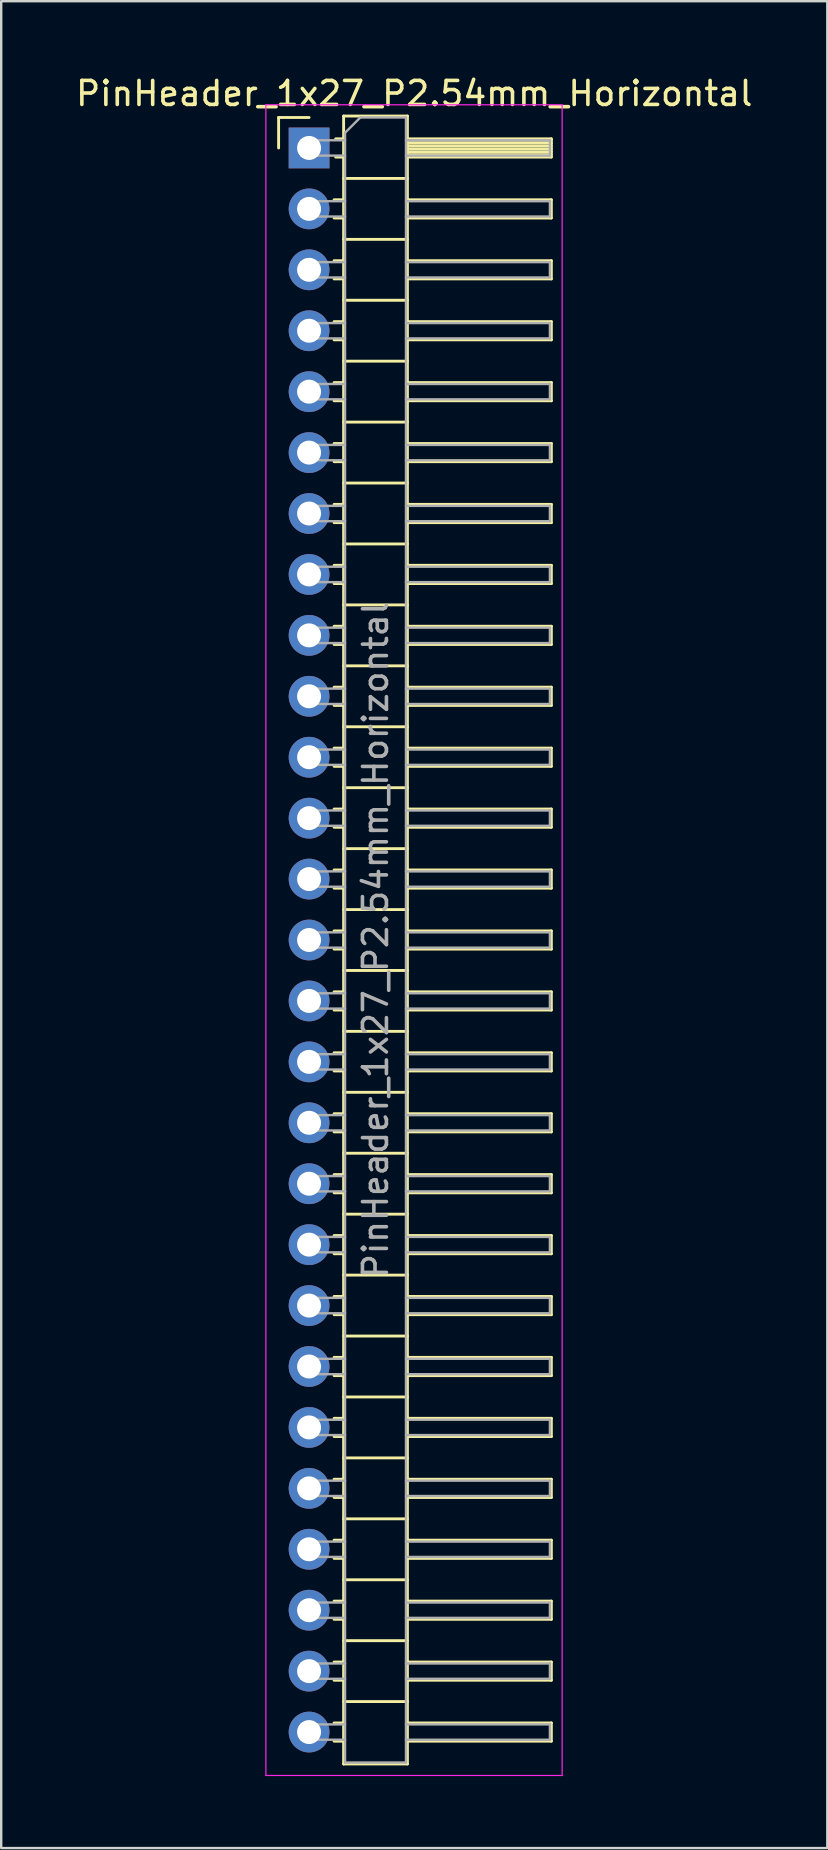
<source format=kicad_pcb>
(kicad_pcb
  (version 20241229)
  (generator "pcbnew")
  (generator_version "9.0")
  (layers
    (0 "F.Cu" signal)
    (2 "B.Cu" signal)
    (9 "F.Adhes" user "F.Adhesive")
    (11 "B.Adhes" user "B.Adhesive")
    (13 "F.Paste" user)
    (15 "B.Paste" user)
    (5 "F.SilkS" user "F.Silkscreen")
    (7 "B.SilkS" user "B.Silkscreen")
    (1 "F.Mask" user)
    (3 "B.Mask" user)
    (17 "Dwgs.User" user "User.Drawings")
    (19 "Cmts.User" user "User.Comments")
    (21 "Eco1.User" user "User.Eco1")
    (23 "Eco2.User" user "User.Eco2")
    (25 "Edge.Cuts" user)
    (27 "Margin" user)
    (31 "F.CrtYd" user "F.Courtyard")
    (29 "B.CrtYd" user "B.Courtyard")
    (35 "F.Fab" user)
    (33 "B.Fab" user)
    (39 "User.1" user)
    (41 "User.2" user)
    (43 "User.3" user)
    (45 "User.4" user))
  (footprint "PinHeader_1x27_P2.54mm_Horizontal"
    (layer "F.Cu")
    (at 9.835 3.118)
    (property "Reference" "PinHeader_1x27_P2.54mm_Horizontal" (at 4.385 -2.27 0) (layer "F.SilkS") (effects (font (size 1 1) (thickness 0.15))))
    (attr through_hole)
    (fp_line (start -1.27 -1.27) (end 0 -1.27) (stroke (width 0.12) (type solid)) (layer "F.SilkS"))
    (fp_line (start -1.27 0) (end -1.27 -1.27) (stroke (width 0.12) (type solid)) (layer "F.SilkS"))
    (fp_line (start 1.043 2.16) (end 1.44 2.16) (stroke (width 0.12) (type solid)) (layer "F.SilkS"))
    (fp_line (start 1.043 2.92) (end 1.44 2.92) (stroke (width 0.12) (type solid)) (layer "F.SilkS"))
    (fp_line (start 1.043 4.7) (end 1.44 4.7) (stroke (width 0.12) (type solid)) (layer "F.SilkS"))
    (fp_line (start 1.043 5.46) (end 1.44 5.46) (stroke (width 0.12) (type solid)) (layer "F.SilkS"))
    (fp_line (start 1.043 7.24) (end 1.44 7.24) (stroke (width 0.12) (type solid)) (layer "F.SilkS"))
    (fp_line (start 1.043 8) (end 1.44 8) (stroke (width 0.12) (type solid)) (layer "F.SilkS"))
    (fp_line (start 1.043 9.78) (end 1.44 9.78) (stroke (width 0.12) (type solid)) (layer "F.SilkS"))
    (fp_line (start 1.043 10.54) (end 1.44 10.54) (stroke (width 0.12) (type solid)) (layer "F.SilkS"))
    (fp_line (start 1.043 12.32) (end 1.44 12.32) (stroke (width 0.12) (type solid)) (layer "F.SilkS"))
    (fp_line (start 1.043 13.08) (end 1.44 13.08) (stroke (width 0.12) (type solid)) (layer "F.SilkS"))
    (fp_line (start 1.043 14.86) (end 1.44 14.86) (stroke (width 0.12) (type solid)) (layer "F.SilkS"))
    (fp_line (start 1.043 15.62) (end 1.44 15.62) (stroke (width 0.12) (type solid)) (layer "F.SilkS"))
    (fp_line (start 1.043 17.4) (end 1.44 17.4) (stroke (width 0.12) (type solid)) (layer "F.SilkS"))
    (fp_line (start 1.043 18.16) (end 1.44 18.16) (stroke (width 0.12) (type solid)) (layer "F.SilkS"))
    (fp_line (start 1.043 19.94) (end 1.44 19.94) (stroke (width 0.12) (type solid)) (layer "F.SilkS"))
    (fp_line (start 1.043 20.7) (end 1.44 20.7) (stroke (width 0.12) (type solid)) (layer "F.SilkS"))
    (fp_line (start 1.043 22.48) (end 1.44 22.48) (stroke (width 0.12) (type solid)) (layer "F.SilkS"))
    (fp_line (start 1.043 23.24) (end 1.44 23.24) (stroke (width 0.12) (type solid)) (layer "F.SilkS"))
    (fp_line (start 1.043 25.02) (end 1.44 25.02) (stroke (width 0.12) (type solid)) (layer "F.SilkS"))
    (fp_line (start 1.043 25.78) (end 1.44 25.78) (stroke (width 0.12) (type solid)) (layer "F.SilkS"))
    (fp_line (start 1.043 27.56) (end 1.44 27.56) (stroke (width 0.12) (type solid)) (layer "F.SilkS"))
    (fp_line (start 1.043 28.32) (end 1.44 28.32) (stroke (width 0.12) (type solid)) (layer "F.SilkS"))
    (fp_line (start 1.043 30.1) (end 1.44 30.1) (stroke (width 0.12) (type solid)) (layer "F.SilkS"))
    (fp_line (start 1.043 30.86) (end 1.44 30.86) (stroke (width 0.12) (type solid)) (layer "F.SilkS"))
    (fp_line (start 1.043 32.64) (end 1.44 32.64) (stroke (width 0.12) (type solid)) (layer "F.SilkS"))
    (fp_line (start 1.043 33.4) (end 1.44 33.4) (stroke (width 0.12) (type solid)) (layer "F.SilkS"))
    (fp_line (start 1.043 35.18) (end 1.44 35.18) (stroke (width 0.12) (type solid)) (layer "F.SilkS"))
    (fp_line (start 1.043 35.94) (end 1.44 35.94) (stroke (width 0.12) (type solid)) (layer "F.SilkS"))
    (fp_line (start 1.043 37.72) (end 1.44 37.72) (stroke (width 0.12) (type solid)) (layer "F.SilkS"))
    (fp_line (start 1.043 38.48) (end 1.44 38.48) (stroke (width 0.12) (type solid)) (layer "F.SilkS"))
    (fp_line (start 1.043 40.26) (end 1.44 40.26) (stroke (width 0.12) (type solid)) (layer "F.SilkS"))
    (fp_line (start 1.043 41.02) (end 1.44 41.02) (stroke (width 0.12) (type solid)) (layer "F.SilkS"))
    (fp_line (start 1.043 42.8) (end 1.44 42.8) (stroke (width 0.12) (type solid)) (layer "F.SilkS"))
    (fp_line (start 1.043 43.56) (end 1.44 43.56) (stroke (width 0.12) (type solid)) (layer "F.SilkS"))
    (fp_line (start 1.043 45.34) (end 1.44 45.34) (stroke (width 0.12) (type solid)) (layer "F.SilkS"))
    (fp_line (start 1.043 46.1) (end 1.44 46.1) (stroke (width 0.12) (type solid)) (layer "F.SilkS"))
    (fp_line (start 1.043 47.88) (end 1.44 47.88) (stroke (width 0.12) (type solid)) (layer "F.SilkS"))
    (fp_line (start 1.043 48.64) (end 1.44 48.64) (stroke (width 0.12) (type solid)) (layer "F.SilkS"))
    (fp_line (start 1.043 50.42) (end 1.44 50.42) (stroke (width 0.12) (type solid)) (layer "F.SilkS"))
    (fp_line (start 1.043 51.18) (end 1.44 51.18) (stroke (width 0.12) (type solid)) (layer "F.SilkS"))
    (fp_line (start 1.043 52.96) (end 1.44 52.96) (stroke (width 0.12) (type solid)) (layer "F.SilkS"))
    (fp_line (start 1.043 53.72) (end 1.44 53.72) (stroke (width 0.12) (type solid)) (layer "F.SilkS"))
    (fp_line (start 1.043 55.5) (end 1.44 55.5) (stroke (width 0.12) (type solid)) (layer "F.SilkS"))
    (fp_line (start 1.043 56.26) (end 1.44 56.26) (stroke (width 0.12) (type solid)) (layer "F.SilkS"))
    (fp_line (start 1.043 58.04) (end 1.44 58.04) (stroke (width 0.12) (type solid)) (layer "F.SilkS"))
    (fp_line (start 1.043 58.8) (end 1.44 58.8) (stroke (width 0.12) (type solid)) (layer "F.SilkS"))
    (fp_line (start 1.043 60.58) (end 1.44 60.58) (stroke (width 0.12) (type solid)) (layer "F.SilkS"))
    (fp_line (start 1.043 61.34) (end 1.44 61.34) (stroke (width 0.12) (type solid)) (layer "F.SilkS"))
    (fp_line (start 1.043 63.12) (end 1.44 63.12) (stroke (width 0.12) (type solid)) (layer "F.SilkS"))
    (fp_line (start 1.043 63.88) (end 1.44 63.88) (stroke (width 0.12) (type solid)) (layer "F.SilkS"))
    (fp_line (start 1.043 65.66) (end 1.44 65.66) (stroke (width 0.12) (type solid)) (layer "F.SilkS"))
    (fp_line (start 1.043 66.42) (end 1.44 66.42) (stroke (width 0.12) (type solid)) (layer "F.SilkS"))
    (fp_line (start 1.11 -0.38) (end 1.44 -0.38) (stroke (width 0.12) (type solid)) (layer "F.SilkS"))
    (fp_line (start 1.11 0.38) (end 1.44 0.38) (stroke (width 0.12) (type solid)) (layer "F.SilkS"))
    (fp_line (start 1.44 -1.33) (end 1.44 67.37) (stroke (width 0.12) (type solid)) (layer "F.SilkS"))
    (fp_line (start 1.44 1.27) (end 4.1 1.27) (stroke (width 0.12) (type solid)) (layer "F.SilkS"))
    (fp_line (start 1.44 3.81) (end 4.1 3.81) (stroke (width 0.12) (type solid)) (layer "F.SilkS"))
    (fp_line (start 1.44 6.35) (end 4.1 6.35) (stroke (width 0.12) (type solid)) (layer "F.SilkS"))
    (fp_line (start 1.44 8.89) (end 4.1 8.89) (stroke (width 0.12) (type solid)) (layer "F.SilkS"))
    (fp_line (start 1.44 11.43) (end 4.1 11.43) (stroke (width 0.12) (type solid)) (layer "F.SilkS"))
    (fp_line (start 1.44 13.97) (end 4.1 13.97) (stroke (width 0.12) (type solid)) (layer "F.SilkS"))
    (fp_line (start 1.44 16.51) (end 4.1 16.51) (stroke (width 0.12) (type solid)) (layer "F.SilkS"))
    (fp_line (start 1.44 19.05) (end 4.1 19.05) (stroke (width 0.12) (type solid)) (layer "F.SilkS"))
    (fp_line (start 1.44 21.59) (end 4.1 21.59) (stroke (width 0.12) (type solid)) (layer "F.SilkS"))
    (fp_line (start 1.44 24.13) (end 4.1 24.13) (stroke (width 0.12) (type solid)) (layer "F.SilkS"))
    (fp_line (start 1.44 26.67) (end 4.1 26.67) (stroke (width 0.12) (type solid)) (layer "F.SilkS"))
    (fp_line (start 1.44 29.21) (end 4.1 29.21) (stroke (width 0.12) (type solid)) (layer "F.SilkS"))
    (fp_line (start 1.44 31.75) (end 4.1 31.75) (stroke (width 0.12) (type solid)) (layer "F.SilkS"))
    (fp_line (start 1.44 34.29) (end 4.1 34.29) (stroke (width 0.12) (type solid)) (layer "F.SilkS"))
    (fp_line (start 1.44 36.83) (end 4.1 36.83) (stroke (width 0.12) (type solid)) (layer "F.SilkS"))
    (fp_line (start 1.44 39.37) (end 4.1 39.37) (stroke (width 0.12) (type solid)) (layer "F.SilkS"))
    (fp_line (start 1.44 41.91) (end 4.1 41.91) (stroke (width 0.12) (type solid)) (layer "F.SilkS"))
    (fp_line (start 1.44 44.45) (end 4.1 44.45) (stroke (width 0.12) (type solid)) (layer "F.SilkS"))
    (fp_line (start 1.44 46.99) (end 4.1 46.99) (stroke (width 0.12) (type solid)) (layer "F.SilkS"))
    (fp_line (start 1.44 49.53) (end 4.1 49.53) (stroke (width 0.12) (type solid)) (layer "F.SilkS"))
    (fp_line (start 1.44 52.07) (end 4.1 52.07) (stroke (width 0.12) (type solid)) (layer "F.SilkS"))
    (fp_line (start 1.44 54.61) (end 4.1 54.61) (stroke (width 0.12) (type solid)) (layer "F.SilkS"))
    (fp_line (start 1.44 57.15) (end 4.1 57.15) (stroke (width 0.12) (type solid)) (layer "F.SilkS"))
    (fp_line (start 1.44 59.69) (end 4.1 59.69) (stroke (width 0.12) (type solid)) (layer "F.SilkS"))
    (fp_line (start 1.44 62.23) (end 4.1 62.23) (stroke (width 0.12) (type solid)) (layer "F.SilkS"))
    (fp_line (start 1.44 64.77) (end 4.1 64.77) (stroke (width 0.12) (type solid)) (layer "F.SilkS"))
    (fp_line (start 1.44 67.37) (end 4.1 67.37) (stroke (width 0.12) (type solid)) (layer "F.SilkS"))
    (fp_line (start 4.1 -1.33) (end 1.44 -1.33) (stroke (width 0.12) (type solid)) (layer "F.SilkS"))
    (fp_line (start 4.1 -0.38) (end 10.1 -0.38) (stroke (width 0.12) (type solid)) (layer "F.SilkS"))
    (fp_line (start 4.1 -0.32) (end 10.1 -0.32) (stroke (width 0.12) (type solid)) (layer "F.SilkS"))
    (fp_line (start 4.1 -0.2) (end 10.1 -0.2) (stroke (width 0.12) (type solid)) (layer "F.SilkS"))
    (fp_line (start 4.1 -0.08) (end 10.1 -0.08) (stroke (width 0.12) (type solid)) (layer "F.SilkS"))
    (fp_line (start 4.1 0.04) (end 10.1 0.04) (stroke (width 0.12) (type solid)) (layer "F.SilkS"))
    (fp_line (start 4.1 0.16) (end 10.1 0.16) (stroke (width 0.12) (type solid)) (layer "F.SilkS"))
    (fp_line (start 4.1 0.28) (end 10.1 0.28) (stroke (width 0.12) (type solid)) (layer "F.SilkS"))
    (fp_line (start 4.1 2.16) (end 10.1 2.16) (stroke (width 0.12) (type solid)) (layer "F.SilkS"))
    (fp_line (start 4.1 4.7) (end 10.1 4.7) (stroke (width 0.12) (type solid)) (layer "F.SilkS"))
    (fp_line (start 4.1 7.24) (end 10.1 7.24) (stroke (width 0.12) (type solid)) (layer "F.SilkS"))
    (fp_line (start 4.1 9.78) (end 10.1 9.78) (stroke (width 0.12) (type solid)) (layer "F.SilkS"))
    (fp_line (start 4.1 12.32) (end 10.1 12.32) (stroke (width 0.12) (type solid)) (layer "F.SilkS"))
    (fp_line (start 4.1 14.86) (end 10.1 14.86) (stroke (width 0.12) (type solid)) (layer "F.SilkS"))
    (fp_line (start 4.1 17.4) (end 10.1 17.4) (stroke (width 0.12) (type solid)) (layer "F.SilkS"))
    (fp_line (start 4.1 19.94) (end 10.1 19.94) (stroke (width 0.12) (type solid)) (layer "F.SilkS"))
    (fp_line (start 4.1 22.48) (end 10.1 22.48) (stroke (width 0.12) (type solid)) (layer "F.SilkS"))
    (fp_line (start 4.1 25.02) (end 10.1 25.02) (stroke (width 0.12) (type solid)) (layer "F.SilkS"))
    (fp_line (start 4.1 27.56) (end 10.1 27.56) (stroke (width 0.12) (type solid)) (layer "F.SilkS"))
    (fp_line (start 4.1 30.1) (end 10.1 30.1) (stroke (width 0.12) (type solid)) (layer "F.SilkS"))
    (fp_line (start 4.1 32.64) (end 10.1 32.64) (stroke (width 0.12) (type solid)) (layer "F.SilkS"))
    (fp_line (start 4.1 35.18) (end 10.1 35.18) (stroke (width 0.12) (type solid)) (layer "F.SilkS"))
    (fp_line (start 4.1 37.72) (end 10.1 37.72) (stroke (width 0.12) (type solid)) (layer "F.SilkS"))
    (fp_line (start 4.1 40.26) (end 10.1 40.26) (stroke (width 0.12) (type solid)) (layer "F.SilkS"))
    (fp_line (start 4.1 42.8) (end 10.1 42.8) (stroke (width 0.12) (type solid)) (layer "F.SilkS"))
    (fp_line (start 4.1 45.34) (end 10.1 45.34) (stroke (width 0.12) (type solid)) (layer "F.SilkS"))
    (fp_line (start 4.1 47.88) (end 10.1 47.88) (stroke (width 0.12) (type solid)) (layer "F.SilkS"))
    (fp_line (start 4.1 50.42) (end 10.1 50.42) (stroke (width 0.12) (type solid)) (layer "F.SilkS"))
    (fp_line (start 4.1 52.96) (end 10.1 52.96) (stroke (width 0.12) (type solid)) (layer "F.SilkS"))
    (fp_line (start 4.1 55.5) (end 10.1 55.5) (stroke (width 0.12) (type solid)) (layer "F.SilkS"))
    (fp_line (start 4.1 58.04) (end 10.1 58.04) (stroke (width 0.12) (type solid)) (layer "F.SilkS"))
    (fp_line (start 4.1 60.58) (end 10.1 60.58) (stroke (width 0.12) (type solid)) (layer "F.SilkS"))
    (fp_line (start 4.1 63.12) (end 10.1 63.12) (stroke (width 0.12) (type solid)) (layer "F.SilkS"))
    (fp_line (start 4.1 65.66) (end 10.1 65.66) (stroke (width 0.12) (type solid)) (layer "F.SilkS"))
    (fp_line (start 4.1 67.37) (end 4.1 -1.33) (stroke (width 0.12) (type solid)) (layer "F.SilkS"))
    (fp_line (start 10.1 -0.38) (end 10.1 0.38) (stroke (width 0.12) (type solid)) (layer "F.SilkS"))
    (fp_line (start 10.1 0.38) (end 4.1 0.38) (stroke (width 0.12) (type solid)) (layer "F.SilkS"))
    (fp_line (start 10.1 2.16) (end 10.1 2.92) (stroke (width 0.12) (type solid)) (layer "F.SilkS"))
    (fp_line (start 10.1 2.92) (end 4.1 2.92) (stroke (width 0.12) (type solid)) (layer "F.SilkS"))
    (fp_line (start 10.1 4.7) (end 10.1 5.46) (stroke (width 0.12) (type solid)) (layer "F.SilkS"))
    (fp_line (start 10.1 5.46) (end 4.1 5.46) (stroke (width 0.12) (type solid)) (layer "F.SilkS"))
    (fp_line (start 10.1 7.24) (end 10.1 8) (stroke (width 0.12) (type solid)) (layer "F.SilkS"))
    (fp_line (start 10.1 8) (end 4.1 8) (stroke (width 0.12) (type solid)) (layer "F.SilkS"))
    (fp_line (start 10.1 9.78) (end 10.1 10.54) (stroke (width 0.12) (type solid)) (layer "F.SilkS"))
    (fp_line (start 10.1 10.54) (end 4.1 10.54) (stroke (width 0.12) (type solid)) (layer "F.SilkS"))
    (fp_line (start 10.1 12.32) (end 10.1 13.08) (stroke (width 0.12) (type solid)) (layer "F.SilkS"))
    (fp_line (start 10.1 13.08) (end 4.1 13.08) (stroke (width 0.12) (type solid)) (layer "F.SilkS"))
    (fp_line (start 10.1 14.86) (end 10.1 15.62) (stroke (width 0.12) (type solid)) (layer "F.SilkS"))
    (fp_line (start 10.1 15.62) (end 4.1 15.62) (stroke (width 0.12) (type solid)) (layer "F.SilkS"))
    (fp_line (start 10.1 17.4) (end 10.1 18.16) (stroke (width 0.12) (type solid)) (layer "F.SilkS"))
    (fp_line (start 10.1 18.16) (end 4.1 18.16) (stroke (width 0.12) (type solid)) (layer "F.SilkS"))
    (fp_line (start 10.1 19.94) (end 10.1 20.7) (stroke (width 0.12) (type solid)) (layer "F.SilkS"))
    (fp_line (start 10.1 20.7) (end 4.1 20.7) (stroke (width 0.12) (type solid)) (layer "F.SilkS"))
    (fp_line (start 10.1 22.48) (end 10.1 23.24) (stroke (width 0.12) (type solid)) (layer "F.SilkS"))
    (fp_line (start 10.1 23.24) (end 4.1 23.24) (stroke (width 0.12) (type solid)) (layer "F.SilkS"))
    (fp_line (start 10.1 25.02) (end 10.1 25.78) (stroke (width 0.12) (type solid)) (layer "F.SilkS"))
    (fp_line (start 10.1 25.78) (end 4.1 25.78) (stroke (width 0.12) (type solid)) (layer "F.SilkS"))
    (fp_line (start 10.1 27.56) (end 10.1 28.32) (stroke (width 0.12) (type solid)) (layer "F.SilkS"))
    (fp_line (start 10.1 28.32) (end 4.1 28.32) (stroke (width 0.12) (type solid)) (layer "F.SilkS"))
    (fp_line (start 10.1 30.1) (end 10.1 30.86) (stroke (width 0.12) (type solid)) (layer "F.SilkS"))
    (fp_line (start 10.1 30.86) (end 4.1 30.86) (stroke (width 0.12) (type solid)) (layer "F.SilkS"))
    (fp_line (start 10.1 32.64) (end 10.1 33.4) (stroke (width 0.12) (type solid)) (layer "F.SilkS"))
    (fp_line (start 10.1 33.4) (end 4.1 33.4) (stroke (width 0.12) (type solid)) (layer "F.SilkS"))
    (fp_line (start 10.1 35.18) (end 10.1 35.94) (stroke (width 0.12) (type solid)) (layer "F.SilkS"))
    (fp_line (start 10.1 35.94) (end 4.1 35.94) (stroke (width 0.12) (type solid)) (layer "F.SilkS"))
    (fp_line (start 10.1 37.72) (end 10.1 38.48) (stroke (width 0.12) (type solid)) (layer "F.SilkS"))
    (fp_line (start 10.1 38.48) (end 4.1 38.48) (stroke (width 0.12) (type solid)) (layer "F.SilkS"))
    (fp_line (start 10.1 40.26) (end 10.1 41.02) (stroke (width 0.12) (type solid)) (layer "F.SilkS"))
    (fp_line (start 10.1 41.02) (end 4.1 41.02) (stroke (width 0.12) (type solid)) (layer "F.SilkS"))
    (fp_line (start 10.1 42.8) (end 10.1 43.56) (stroke (width 0.12) (type solid)) (layer "F.SilkS"))
    (fp_line (start 10.1 43.56) (end 4.1 43.56) (stroke (width 0.12) (type solid)) (layer "F.SilkS"))
    (fp_line (start 10.1 45.34) (end 10.1 46.1) (stroke (width 0.12) (type solid)) (layer "F.SilkS"))
    (fp_line (start 10.1 46.1) (end 4.1 46.1) (stroke (width 0.12) (type solid)) (layer "F.SilkS"))
    (fp_line (start 10.1 47.88) (end 10.1 48.64) (stroke (width 0.12) (type solid)) (layer "F.SilkS"))
    (fp_line (start 10.1 48.64) (end 4.1 48.64) (stroke (width 0.12) (type solid)) (layer "F.SilkS"))
    (fp_line (start 10.1 50.42) (end 10.1 51.18) (stroke (width 0.12) (type solid)) (layer "F.SilkS"))
    (fp_line (start 10.1 51.18) (end 4.1 51.18) (stroke (width 0.12) (type solid)) (layer "F.SilkS"))
    (fp_line (start 10.1 52.96) (end 10.1 53.72) (stroke (width 0.12) (type solid)) (layer "F.SilkS"))
    (fp_line (start 10.1 53.72) (end 4.1 53.72) (stroke (width 0.12) (type solid)) (layer "F.SilkS"))
    (fp_line (start 10.1 55.5) (end 10.1 56.26) (stroke (width 0.12) (type solid)) (layer "F.SilkS"))
    (fp_line (start 10.1 56.26) (end 4.1 56.26) (stroke (width 0.12) (type solid)) (layer "F.SilkS"))
    (fp_line (start 10.1 58.04) (end 10.1 58.8) (stroke (width 0.12) (type solid)) (layer "F.SilkS"))
    (fp_line (start 10.1 58.8) (end 4.1 58.8) (stroke (width 0.12) (type solid)) (layer "F.SilkS"))
    (fp_line (start 10.1 60.58) (end 10.1 61.34) (stroke (width 0.12) (type solid)) (layer "F.SilkS"))
    (fp_line (start 10.1 61.34) (end 4.1 61.34) (stroke (width 0.12) (type solid)) (layer "F.SilkS"))
    (fp_line (start 10.1 63.12) (end 10.1 63.88) (stroke (width 0.12) (type solid)) (layer "F.SilkS"))
    (fp_line (start 10.1 63.88) (end 4.1 63.88) (stroke (width 0.12) (type solid)) (layer "F.SilkS"))
    (fp_line (start 10.1 65.66) (end 10.1 66.42) (stroke (width 0.12) (type solid)) (layer "F.SilkS"))
    (fp_line (start 10.1 66.42) (end 4.1 66.42) (stroke (width 0.12) (type solid)) (layer "F.SilkS"))
    (fp_line (start -1.8 -1.8) (end -1.8 67.85) (stroke (width 0.05) (type solid)) (layer "F.CrtYd"))
    (fp_line (start -1.8 67.85) (end 10.55 67.85) (stroke (width 0.05) (type solid)) (layer "F.CrtYd"))
    (fp_line (start 10.55 -1.8) (end -1.8 -1.8) (stroke (width 0.05) (type solid)) (layer "F.CrtYd"))
    (fp_line (start 10.55 67.85) (end 10.55 -1.8) (stroke (width 0.05) (type solid)) (layer "F.CrtYd"))
    (fp_line (start -0.32 -0.32) (end -0.32 0.32) (stroke (width 0.1) (type solid)) (layer "F.Fab"))
    (fp_line (start -0.32 -0.32) (end 1.5 -0.32) (stroke (width 0.1) (type solid)) (layer "F.Fab"))
    (fp_line (start -0.32 0.32) (end 1.5 0.32) (stroke (width 0.1) (type solid)) (layer "F.Fab"))
    (fp_line (start -0.32 2.22) (end -0.32 2.86) (stroke (width 0.1) (type solid)) (layer "F.Fab"))
    (fp_line (start -0.32 2.22) (end 1.5 2.22) (stroke (width 0.1) (type solid)) (layer "F.Fab"))
    (fp_line (start -0.32 2.86) (end 1.5 2.86) (stroke (width 0.1) (type solid)) (layer "F.Fab"))
    (fp_line (start -0.32 4.76) (end -0.32 5.4) (stroke (width 0.1) (type solid)) (layer "F.Fab"))
    (fp_line (start -0.32 4.76) (end 1.5 4.76) (stroke (width 0.1) (type solid)) (layer "F.Fab"))
    (fp_line (start -0.32 5.4) (end 1.5 5.4) (stroke (width 0.1) (type solid)) (layer "F.Fab"))
    (fp_line (start -0.32 7.3) (end -0.32 7.94) (stroke (width 0.1) (type solid)) (layer "F.Fab"))
    (fp_line (start -0.32 7.3) (end 1.5 7.3) (stroke (width 0.1) (type solid)) (layer "F.Fab"))
    (fp_line (start -0.32 7.94) (end 1.5 7.94) (stroke (width 0.1) (type solid)) (layer "F.Fab"))
    (fp_line (start -0.32 9.84) (end -0.32 10.48) (stroke (width 0.1) (type solid)) (layer "F.Fab"))
    (fp_line (start -0.32 9.84) (end 1.5 9.84) (stroke (width 0.1) (type solid)) (layer "F.Fab"))
    (fp_line (start -0.32 10.48) (end 1.5 10.48) (stroke (width 0.1) (type solid)) (layer "F.Fab"))
    (fp_line (start -0.32 12.38) (end -0.32 13.02) (stroke (width 0.1) (type solid)) (layer "F.Fab"))
    (fp_line (start -0.32 12.38) (end 1.5 12.38) (stroke (width 0.1) (type solid)) (layer "F.Fab"))
    (fp_line (start -0.32 13.02) (end 1.5 13.02) (stroke (width 0.1) (type solid)) (layer "F.Fab"))
    (fp_line (start -0.32 14.92) (end -0.32 15.56) (stroke (width 0.1) (type solid)) (layer "F.Fab"))
    (fp_line (start -0.32 14.92) (end 1.5 14.92) (stroke (width 0.1) (type solid)) (layer "F.Fab"))
    (fp_line (start -0.32 15.56) (end 1.5 15.56) (stroke (width 0.1) (type solid)) (layer "F.Fab"))
    (fp_line (start -0.32 17.46) (end -0.32 18.1) (stroke (width 0.1) (type solid)) (layer "F.Fab"))
    (fp_line (start -0.32 17.46) (end 1.5 17.46) (stroke (width 0.1) (type solid)) (layer "F.Fab"))
    (fp_line (start -0.32 18.1) (end 1.5 18.1) (stroke (width 0.1) (type solid)) (layer "F.Fab"))
    (fp_line (start -0.32 20) (end -0.32 20.64) (stroke (width 0.1) (type solid)) (layer "F.Fab"))
    (fp_line (start -0.32 20) (end 1.5 20) (stroke (width 0.1) (type solid)) (layer "F.Fab"))
    (fp_line (start -0.32 20.64) (end 1.5 20.64) (stroke (width 0.1) (type solid)) (layer "F.Fab"))
    (fp_line (start -0.32 22.54) (end -0.32 23.18) (stroke (width 0.1) (type solid)) (layer "F.Fab"))
    (fp_line (start -0.32 22.54) (end 1.5 22.54) (stroke (width 0.1) (type solid)) (layer "F.Fab"))
    (fp_line (start -0.32 23.18) (end 1.5 23.18) (stroke (width 0.1) (type solid)) (layer "F.Fab"))
    (fp_line (start -0.32 25.08) (end -0.32 25.72) (stroke (width 0.1) (type solid)) (layer "F.Fab"))
    (fp_line (start -0.32 25.08) (end 1.5 25.08) (stroke (width 0.1) (type solid)) (layer "F.Fab"))
    (fp_line (start -0.32 25.72) (end 1.5 25.72) (stroke (width 0.1) (type solid)) (layer "F.Fab"))
    (fp_line (start -0.32 27.62) (end -0.32 28.26) (stroke (width 0.1) (type solid)) (layer "F.Fab"))
    (fp_line (start -0.32 27.62) (end 1.5 27.62) (stroke (width 0.1) (type solid)) (layer "F.Fab"))
    (fp_line (start -0.32 28.26) (end 1.5 28.26) (stroke (width 0.1) (type solid)) (layer "F.Fab"))
    (fp_line (start -0.32 30.16) (end -0.32 30.8) (stroke (width 0.1) (type solid)) (layer "F.Fab"))
    (fp_line (start -0.32 30.16) (end 1.5 30.16) (stroke (width 0.1) (type solid)) (layer "F.Fab"))
    (fp_line (start -0.32 30.8) (end 1.5 30.8) (stroke (width 0.1) (type solid)) (layer "F.Fab"))
    (fp_line (start -0.32 32.7) (end -0.32 33.34) (stroke (width 0.1) (type solid)) (layer "F.Fab"))
    (fp_line (start -0.32 32.7) (end 1.5 32.7) (stroke (width 0.1) (type solid)) (layer "F.Fab"))
    (fp_line (start -0.32 33.34) (end 1.5 33.34) (stroke (width 0.1) (type solid)) (layer "F.Fab"))
    (fp_line (start -0.32 35.24) (end -0.32 35.88) (stroke (width 0.1) (type solid)) (layer "F.Fab"))
    (fp_line (start -0.32 35.24) (end 1.5 35.24) (stroke (width 0.1) (type solid)) (layer "F.Fab"))
    (fp_line (start -0.32 35.88) (end 1.5 35.88) (stroke (width 0.1) (type solid)) (layer "F.Fab"))
    (fp_line (start -0.32 37.78) (end -0.32 38.42) (stroke (width 0.1) (type solid)) (layer "F.Fab"))
    (fp_line (start -0.32 37.78) (end 1.5 37.78) (stroke (width 0.1) (type solid)) (layer "F.Fab"))
    (fp_line (start -0.32 38.42) (end 1.5 38.42) (stroke (width 0.1) (type solid)) (layer "F.Fab"))
    (fp_line (start -0.32 40.32) (end -0.32 40.96) (stroke (width 0.1) (type solid)) (layer "F.Fab"))
    (fp_line (start -0.32 40.32) (end 1.5 40.32) (stroke (width 0.1) (type solid)) (layer "F.Fab"))
    (fp_line (start -0.32 40.96) (end 1.5 40.96) (stroke (width 0.1) (type solid)) (layer "F.Fab"))
    (fp_line (start -0.32 42.86) (end -0.32 43.5) (stroke (width 0.1) (type solid)) (layer "F.Fab"))
    (fp_line (start -0.32 42.86) (end 1.5 42.86) (stroke (width 0.1) (type solid)) (layer "F.Fab"))
    (fp_line (start -0.32 43.5) (end 1.5 43.5) (stroke (width 0.1) (type solid)) (layer "F.Fab"))
    (fp_line (start -0.32 45.4) (end -0.32 46.04) (stroke (width 0.1) (type solid)) (layer "F.Fab"))
    (fp_line (start -0.32 45.4) (end 1.5 45.4) (stroke (width 0.1) (type solid)) (layer "F.Fab"))
    (fp_line (start -0.32 46.04) (end 1.5 46.04) (stroke (width 0.1) (type solid)) (layer "F.Fab"))
    (fp_line (start -0.32 47.94) (end -0.32 48.58) (stroke (width 0.1) (type solid)) (layer "F.Fab"))
    (fp_line (start -0.32 47.94) (end 1.5 47.94) (stroke (width 0.1) (type solid)) (layer "F.Fab"))
    (fp_line (start -0.32 48.58) (end 1.5 48.58) (stroke (width 0.1) (type solid)) (layer "F.Fab"))
    (fp_line (start -0.32 50.48) (end -0.32 51.12) (stroke (width 0.1) (type solid)) (layer "F.Fab"))
    (fp_line (start -0.32 50.48) (end 1.5 50.48) (stroke (width 0.1) (type solid)) (layer "F.Fab"))
    (fp_line (start -0.32 51.12) (end 1.5 51.12) (stroke (width 0.1) (type solid)) (layer "F.Fab"))
    (fp_line (start -0.32 53.02) (end -0.32 53.66) (stroke (width 0.1) (type solid)) (layer "F.Fab"))
    (fp_line (start -0.32 53.02) (end 1.5 53.02) (stroke (width 0.1) (type solid)) (layer "F.Fab"))
    (fp_line (start -0.32 53.66) (end 1.5 53.66) (stroke (width 0.1) (type solid)) (layer "F.Fab"))
    (fp_line (start -0.32 55.56) (end -0.32 56.2) (stroke (width 0.1) (type solid)) (layer "F.Fab"))
    (fp_line (start -0.32 55.56) (end 1.5 55.56) (stroke (width 0.1) (type solid)) (layer "F.Fab"))
    (fp_line (start -0.32 56.2) (end 1.5 56.2) (stroke (width 0.1) (type solid)) (layer "F.Fab"))
    (fp_line (start -0.32 58.1) (end -0.32 58.74) (stroke (width 0.1) (type solid)) (layer "F.Fab"))
    (fp_line (start -0.32 58.1) (end 1.5 58.1) (stroke (width 0.1) (type solid)) (layer "F.Fab"))
    (fp_line (start -0.32 58.74) (end 1.5 58.74) (stroke (width 0.1) (type solid)) (layer "F.Fab"))
    (fp_line (start -0.32 60.64) (end -0.32 61.28) (stroke (width 0.1) (type solid)) (layer "F.Fab"))
    (fp_line (start -0.32 60.64) (end 1.5 60.64) (stroke (width 0.1) (type solid)) (layer "F.Fab"))
    (fp_line (start -0.32 61.28) (end 1.5 61.28) (stroke (width 0.1) (type solid)) (layer "F.Fab"))
    (fp_line (start -0.32 63.18) (end -0.32 63.82) (stroke (width 0.1) (type solid)) (layer "F.Fab"))
    (fp_line (start -0.32 63.18) (end 1.5 63.18) (stroke (width 0.1) (type solid)) (layer "F.Fab"))
    (fp_line (start -0.32 63.82) (end 1.5 63.82) (stroke (width 0.1) (type solid)) (layer "F.Fab"))
    (fp_line (start -0.32 65.72) (end -0.32 66.36) (stroke (width 0.1) (type solid)) (layer "F.Fab"))
    (fp_line (start -0.32 65.72) (end 1.5 65.72) (stroke (width 0.1) (type solid)) (layer "F.Fab"))
    (fp_line (start -0.32 66.36) (end 1.5 66.36) (stroke (width 0.1) (type solid)) (layer "F.Fab"))
    (fp_line (start 1.5 -0.635) (end 2.135 -1.27) (stroke (width 0.1) (type solid)) (layer "F.Fab"))
    (fp_line (start 1.5 67.31) (end 1.5 -0.635) (stroke (width 0.1) (type solid)) (layer "F.Fab"))
    (fp_line (start 2.135 -1.27) (end 4.04 -1.27) (stroke (width 0.1) (type solid)) (layer "F.Fab"))
    (fp_line (start 4.04 -1.27) (end 4.04 67.31) (stroke (width 0.1) (type solid)) (layer "F.Fab"))
    (fp_line (start 4.04 -0.32) (end 10.04 -0.32) (stroke (width 0.1) (type solid)) (layer "F.Fab"))
    (fp_line (start 4.04 0.32) (end 10.04 0.32) (stroke (width 0.1) (type solid)) (layer "F.Fab"))
    (fp_line (start 4.04 2.22) (end 10.04 2.22) (stroke (width 0.1) (type solid)) (layer "F.Fab"))
    (fp_line (start 4.04 2.86) (end 10.04 2.86) (stroke (width 0.1) (type solid)) (layer "F.Fab"))
    (fp_line (start 4.04 4.76) (end 10.04 4.76) (stroke (width 0.1) (type solid)) (layer "F.Fab"))
    (fp_line (start 4.04 5.4) (end 10.04 5.4) (stroke (width 0.1) (type solid)) (layer "F.Fab"))
    (fp_line (start 4.04 7.3) (end 10.04 7.3) (stroke (width 0.1) (type solid)) (layer "F.Fab"))
    (fp_line (start 4.04 7.94) (end 10.04 7.94) (stroke (width 0.1) (type solid)) (layer "F.Fab"))
    (fp_line (start 4.04 9.84) (end 10.04 9.84) (stroke (width 0.1) (type solid)) (layer "F.Fab"))
    (fp_line (start 4.04 10.48) (end 10.04 10.48) (stroke (width 0.1) (type solid)) (layer "F.Fab"))
    (fp_line (start 4.04 12.38) (end 10.04 12.38) (stroke (width 0.1) (type solid)) (layer "F.Fab"))
    (fp_line (start 4.04 13.02) (end 10.04 13.02) (stroke (width 0.1) (type solid)) (layer "F.Fab"))
    (fp_line (start 4.04 14.92) (end 10.04 14.92) (stroke (width 0.1) (type solid)) (layer "F.Fab"))
    (fp_line (start 4.04 15.56) (end 10.04 15.56) (stroke (width 0.1) (type solid)) (layer "F.Fab"))
    (fp_line (start 4.04 17.46) (end 10.04 17.46) (stroke (width 0.1) (type solid)) (layer "F.Fab"))
    (fp_line (start 4.04 18.1) (end 10.04 18.1) (stroke (width 0.1) (type solid)) (layer "F.Fab"))
    (fp_line (start 4.04 20) (end 10.04 20) (stroke (width 0.1) (type solid)) (layer "F.Fab"))
    (fp_line (start 4.04 20.64) (end 10.04 20.64) (stroke (width 0.1) (type solid)) (layer "F.Fab"))
    (fp_line (start 4.04 22.54) (end 10.04 22.54) (stroke (width 0.1) (type solid)) (layer "F.Fab"))
    (fp_line (start 4.04 23.18) (end 10.04 23.18) (stroke (width 0.1) (type solid)) (layer "F.Fab"))
    (fp_line (start 4.04 25.08) (end 10.04 25.08) (stroke (width 0.1) (type solid)) (layer "F.Fab"))
    (fp_line (start 4.04 25.72) (end 10.04 25.72) (stroke (width 0.1) (type solid)) (layer "F.Fab"))
    (fp_line (start 4.04 27.62) (end 10.04 27.62) (stroke (width 0.1) (type solid)) (layer "F.Fab"))
    (fp_line (start 4.04 28.26) (end 10.04 28.26) (stroke (width 0.1) (type solid)) (layer "F.Fab"))
    (fp_line (start 4.04 30.16) (end 10.04 30.16) (stroke (width 0.1) (type solid)) (layer "F.Fab"))
    (fp_line (start 4.04 30.8) (end 10.04 30.8) (stroke (width 0.1) (type solid)) (layer "F.Fab"))
    (fp_line (start 4.04 32.7) (end 10.04 32.7) (stroke (width 0.1) (type solid)) (layer "F.Fab"))
    (fp_line (start 4.04 33.34) (end 10.04 33.34) (stroke (width 0.1) (type solid)) (layer "F.Fab"))
    (fp_line (start 4.04 35.24) (end 10.04 35.24) (stroke (width 0.1) (type solid)) (layer "F.Fab"))
    (fp_line (start 4.04 35.88) (end 10.04 35.88) (stroke (width 0.1) (type solid)) (layer "F.Fab"))
    (fp_line (start 4.04 37.78) (end 10.04 37.78) (stroke (width 0.1) (type solid)) (layer "F.Fab"))
    (fp_line (start 4.04 38.42) (end 10.04 38.42) (stroke (width 0.1) (type solid)) (layer "F.Fab"))
    (fp_line (start 4.04 40.32) (end 10.04 40.32) (stroke (width 0.1) (type solid)) (layer "F.Fab"))
    (fp_line (start 4.04 40.96) (end 10.04 40.96) (stroke (width 0.1) (type solid)) (layer "F.Fab"))
    (fp_line (start 4.04 42.86) (end 10.04 42.86) (stroke (width 0.1) (type solid)) (layer "F.Fab"))
    (fp_line (start 4.04 43.5) (end 10.04 43.5) (stroke (width 0.1) (type solid)) (layer "F.Fab"))
    (fp_line (start 4.04 45.4) (end 10.04 45.4) (stroke (width 0.1) (type solid)) (layer "F.Fab"))
    (fp_line (start 4.04 46.04) (end 10.04 46.04) (stroke (width 0.1) (type solid)) (layer "F.Fab"))
    (fp_line (start 4.04 47.94) (end 10.04 47.94) (stroke (width 0.1) (type solid)) (layer "F.Fab"))
    (fp_line (start 4.04 48.58) (end 10.04 48.58) (stroke (width 0.1) (type solid)) (layer "F.Fab"))
    (fp_line (start 4.04 50.48) (end 10.04 50.48) (stroke (width 0.1) (type solid)) (layer "F.Fab"))
    (fp_line (start 4.04 51.12) (end 10.04 51.12) (stroke (width 0.1) (type solid)) (layer "F.Fab"))
    (fp_line (start 4.04 53.02) (end 10.04 53.02) (stroke (width 0.1) (type solid)) (layer "F.Fab"))
    (fp_line (start 4.04 53.66) (end 10.04 53.66) (stroke (width 0.1) (type solid)) (layer "F.Fab"))
    (fp_line (start 4.04 55.56) (end 10.04 55.56) (stroke (width 0.1) (type solid)) (layer "F.Fab"))
    (fp_line (start 4.04 56.2) (end 10.04 56.2) (stroke (width 0.1) (type solid)) (layer "F.Fab"))
    (fp_line (start 4.04 58.1) (end 10.04 58.1) (stroke (width 0.1) (type solid)) (layer "F.Fab"))
    (fp_line (start 4.04 58.74) (end 10.04 58.74) (stroke (width 0.1) (type solid)) (layer "F.Fab"))
    (fp_line (start 4.04 60.64) (end 10.04 60.64) (stroke (width 0.1) (type solid)) (layer "F.Fab"))
    (fp_line (start 4.04 61.28) (end 10.04 61.28) (stroke (width 0.1) (type solid)) (layer "F.Fab"))
    (fp_line (start 4.04 63.18) (end 10.04 63.18) (stroke (width 0.1) (type solid)) (layer "F.Fab"))
    (fp_line (start 4.04 63.82) (end 10.04 63.82) (stroke (width 0.1) (type solid)) (layer "F.Fab"))
    (fp_line (start 4.04 65.72) (end 10.04 65.72) (stroke (width 0.1) (type solid)) (layer "F.Fab"))
    (fp_line (start 4.04 66.36) (end 10.04 66.36) (stroke (width 0.1) (type solid)) (layer "F.Fab"))
    (fp_line (start 4.04 67.31) (end 1.5 67.31) (stroke (width 0.1) (type solid)) (layer "F.Fab"))
    (fp_line (start 10.04 -0.32) (end 10.04 0.32) (stroke (width 0.1) (type solid)) (layer "F.Fab"))
    (fp_line (start 10.04 2.22) (end 10.04 2.86) (stroke (width 0.1) (type solid)) (layer "F.Fab"))
    (fp_line (start 10.04 4.76) (end 10.04 5.4) (stroke (width 0.1) (type solid)) (layer "F.Fab"))
    (fp_line (start 10.04 7.3) (end 10.04 7.94) (stroke (width 0.1) (type solid)) (layer "F.Fab"))
    (fp_line (start 10.04 9.84) (end 10.04 10.48) (stroke (width 0.1) (type solid)) (layer "F.Fab"))
    (fp_line (start 10.04 12.38) (end 10.04 13.02) (stroke (width 0.1) (type solid)) (layer "F.Fab"))
    (fp_line (start 10.04 14.92) (end 10.04 15.56) (stroke (width 0.1) (type solid)) (layer "F.Fab"))
    (fp_line (start 10.04 17.46) (end 10.04 18.1) (stroke (width 0.1) (type solid)) (layer "F.Fab"))
    (fp_line (start 10.04 20) (end 10.04 20.64) (stroke (width 0.1) (type solid)) (layer "F.Fab"))
    (fp_line (start 10.04 22.54) (end 10.04 23.18) (stroke (width 0.1) (type solid)) (layer "F.Fab"))
    (fp_line (start 10.04 25.08) (end 10.04 25.72) (stroke (width 0.1) (type solid)) (layer "F.Fab"))
    (fp_line (start 10.04 27.62) (end 10.04 28.26) (stroke (width 0.1) (type solid)) (layer "F.Fab"))
    (fp_line (start 10.04 30.16) (end 10.04 30.8) (stroke (width 0.1) (type solid)) (layer "F.Fab"))
    (fp_line (start 10.04 32.7) (end 10.04 33.34) (stroke (width 0.1) (type solid)) (layer "F.Fab"))
    (fp_line (start 10.04 35.24) (end 10.04 35.88) (stroke (width 0.1) (type solid)) (layer "F.Fab"))
    (fp_line (start 10.04 37.78) (end 10.04 38.42) (stroke (width 0.1) (type solid)) (layer "F.Fab"))
    (fp_line (start 10.04 40.32) (end 10.04 40.96) (stroke (width 0.1) (type solid)) (layer "F.Fab"))
    (fp_line (start 10.04 42.86) (end 10.04 43.5) (stroke (width 0.1) (type solid)) (layer "F.Fab"))
    (fp_line (start 10.04 45.4) (end 10.04 46.04) (stroke (width 0.1) (type solid)) (layer "F.Fab"))
    (fp_line (start 10.04 47.94) (end 10.04 48.58) (stroke (width 0.1) (type solid)) (layer "F.Fab"))
    (fp_line (start 10.04 50.48) (end 10.04 51.12) (stroke (width 0.1) (type solid)) (layer "F.Fab"))
    (fp_line (start 10.04 53.02) (end 10.04 53.66) (stroke (width 0.1) (type solid)) (layer "F.Fab"))
    (fp_line (start 10.04 55.56) (end 10.04 56.2) (stroke (width 0.1) (type solid)) (layer "F.Fab"))
    (fp_line (start 10.04 58.1) (end 10.04 58.74) (stroke (width 0.1) (type solid)) (layer "F.Fab"))
    (fp_line (start 10.04 60.64) (end 10.04 61.28) (stroke (width 0.1) (type solid)) (layer "F.Fab"))
    (fp_line (start 10.04 63.18) (end 10.04 63.82) (stroke (width 0.1) (type solid)) (layer "F.Fab"))
    (fp_line (start 10.04 65.72) (end 10.04 66.36) (stroke (width 0.1) (type solid)) (layer "F.Fab"))
    (fp_text user "${REFERENCE}" (at 2.77 33.02 90) (layer "F.Fab") (effects (font (size 1 1) (thickness 0.15))))
    (pad "1" thru_hole rect (at 0 0) (size 1.7 1.7) (drill 1) (layers "*.Cu" "*.Mask"))
    (pad "2" thru_hole oval (at 0 2.54) (size 1.7 1.7) (drill 1) (layers "*.Cu" "*.Mask"))
    (pad "3" thru_hole oval (at 0 5.08) (size 1.7 1.7) (drill 1) (layers "*.Cu" "*.Mask"))
    (pad "4" thru_hole oval (at 0 7.62) (size 1.7 1.7) (drill 1) (layers "*.Cu" "*.Mask"))
    (pad "5" thru_hole oval (at 0 10.16) (size 1.7 1.7) (drill 1) (layers "*.Cu" "*.Mask"))
    (pad "6" thru_hole oval (at 0 12.7) (size 1.7 1.7) (drill 1) (layers "*.Cu" "*.Mask"))
    (pad "7" thru_hole oval (at 0 15.24) (size 1.7 1.7) (drill 1) (layers "*.Cu" "*.Mask"))
    (pad "8" thru_hole oval (at 0 17.78) (size 1.7 1.7) (drill 1) (layers "*.Cu" "*.Mask"))
    (pad "9" thru_hole oval (at 0 20.32) (size 1.7 1.7) (drill 1) (layers "*.Cu" "*.Mask"))
    (pad "10" thru_hole oval (at 0 22.86) (size 1.7 1.7) (drill 1) (layers "*.Cu" "*.Mask"))
    (pad "11" thru_hole oval (at 0 25.4) (size 1.7 1.7) (drill 1) (layers "*.Cu" "*.Mask"))
    (pad "12" thru_hole oval (at 0 27.94) (size 1.7 1.7) (drill 1) (layers "*.Cu" "*.Mask"))
    (pad "13" thru_hole oval (at 0 30.48) (size 1.7 1.7) (drill 1) (layers "*.Cu" "*.Mask"))
    (pad "14" thru_hole oval (at 0 33.02) (size 1.7 1.7) (drill 1) (layers "*.Cu" "*.Mask"))
    (pad "15" thru_hole oval (at 0 35.56) (size 1.7 1.7) (drill 1) (layers "*.Cu" "*.Mask"))
    (pad "16" thru_hole oval (at 0 38.1) (size 1.7 1.7) (drill 1) (layers "*.Cu" "*.Mask"))
    (pad "17" thru_hole oval (at 0 40.64) (size 1.7 1.7) (drill 1) (layers "*.Cu" "*.Mask"))
    (pad "18" thru_hole oval (at 0 43.18) (size 1.7 1.7) (drill 1) (layers "*.Cu" "*.Mask"))
    (pad "19" thru_hole oval (at 0 45.72) (size 1.7 1.7) (drill 1) (layers "*.Cu" "*.Mask"))
    (pad "20" thru_hole oval (at 0 48.26) (size 1.7 1.7) (drill 1) (layers "*.Cu" "*.Mask"))
    (pad "21" thru_hole oval (at 0 50.8) (size 1.7 1.7) (drill 1) (layers "*.Cu" "*.Mask"))
    (pad "22" thru_hole oval (at 0 53.34) (size 1.7 1.7) (drill 1) (layers "*.Cu" "*.Mask"))
    (pad "23" thru_hole oval (at 0 55.88) (size 1.7 1.7) (drill 1) (layers "*.Cu" "*.Mask"))
    (pad "24" thru_hole oval (at 0 58.42) (size 1.7 1.7) (drill 1) (layers "*.Cu" "*.Mask"))
    (pad "25" thru_hole oval (at 0 60.96) (size 1.7 1.7) (drill 1) (layers "*.Cu" "*.Mask"))
    (pad "26" thru_hole oval (at 0 63.5) (size 1.7 1.7) (drill 1) (layers "*.Cu" "*.Mask"))
    (pad "27" thru_hole oval (at 0 66.04) (size 1.7 1.7) (drill 1) (layers "*.Cu" "*.Mask")))
  (gr_rect
    (start -3 -3)
    (end 31.44 73.993)
    (stroke (width 0.1) (type default))
    (fill no)
    (layer "Edge.Cuts")))
</source>
